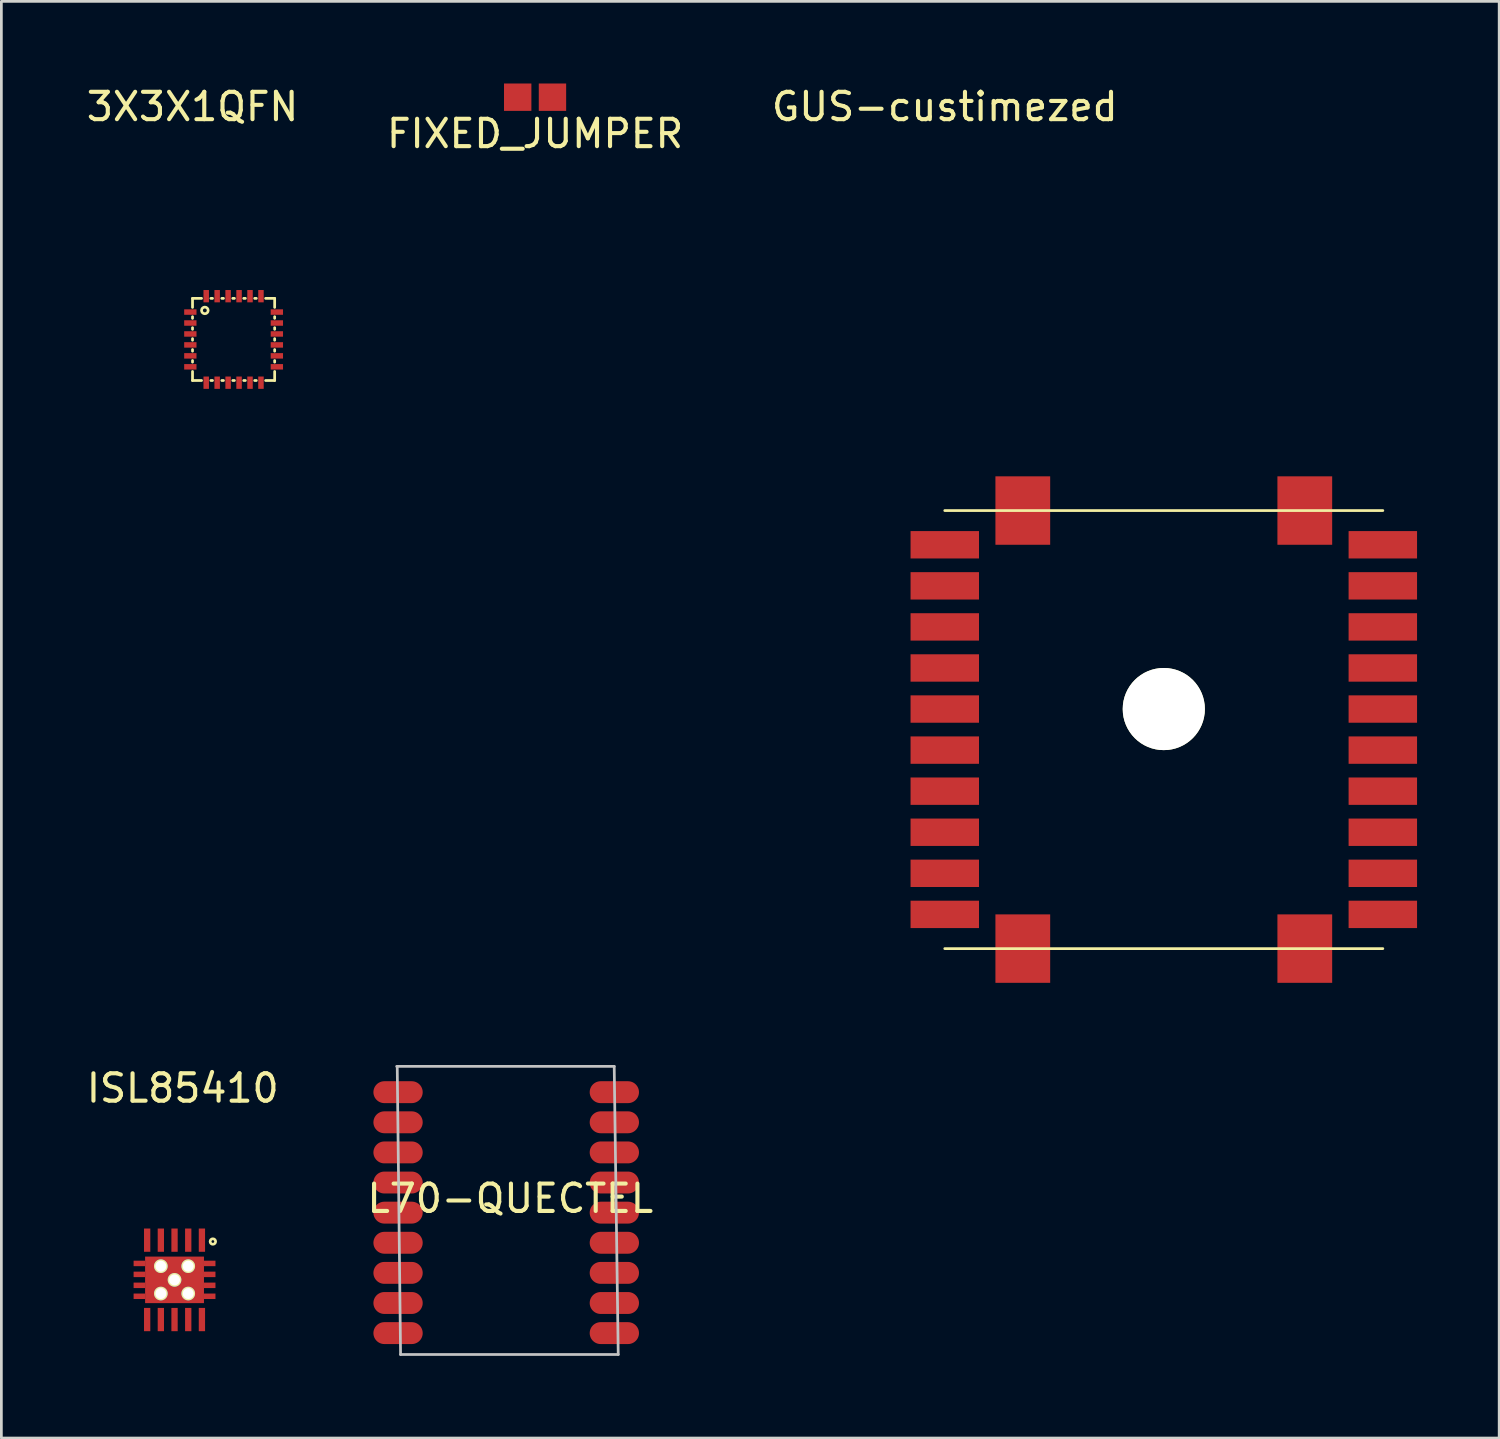
<source format=kicad_pcb>
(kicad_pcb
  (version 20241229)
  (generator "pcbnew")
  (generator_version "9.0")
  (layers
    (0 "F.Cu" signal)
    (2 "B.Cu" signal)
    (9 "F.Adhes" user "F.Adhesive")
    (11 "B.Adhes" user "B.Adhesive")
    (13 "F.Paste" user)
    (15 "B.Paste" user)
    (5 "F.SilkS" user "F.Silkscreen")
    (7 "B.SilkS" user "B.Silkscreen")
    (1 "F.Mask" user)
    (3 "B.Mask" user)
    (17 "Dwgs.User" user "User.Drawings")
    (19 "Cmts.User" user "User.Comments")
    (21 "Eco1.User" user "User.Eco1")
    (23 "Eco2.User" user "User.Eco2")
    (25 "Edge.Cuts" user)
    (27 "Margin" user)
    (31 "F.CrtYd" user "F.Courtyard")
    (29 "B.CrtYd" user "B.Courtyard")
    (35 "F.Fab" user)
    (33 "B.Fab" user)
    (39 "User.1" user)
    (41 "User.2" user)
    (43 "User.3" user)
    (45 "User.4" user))
  (footprint "ISL85410"
    (layer "F.Cu")
    (at 3.325 43.697)
    (property "Reference" "ISL85410" (at 0.3 -7 0) (layer "F.SilkS") (effects (font (size 1 1) (thickness 0.15))))
    (attr through_hole)
    (fp_circle (center 1.4 -1.4) (end 1.5 -1.4) (stroke (width 0.1) (type solid)) (fill no) (layer "F.SilkS"))
    (pad "0" smd rect (at -1.285 -0.6) (size 0.42 0.2) (layers "F.Cu" "F.Mask" "F.Paste"))
    (pad "0" smd rect (at -1.285 -0.2) (size 0.42 0.2) (layers "F.Cu" "F.Mask" "F.Paste"))
    (pad "0" smd rect (at -1.285 0.2) (size 0.42 0.2) (layers "F.Cu" "F.Mask" "F.Paste"))
    (pad "0" smd rect (at -1.285 0.6) (size 0.42 0.2) (layers "F.Cu" "F.Mask" "F.Paste"))
    (pad "0" thru_hole circle (at -0.5 -0.5) (size 0.5 0.5) (drill 0.4) (layers "*.Cu" "*.Mask" "F.SilkS"))
    (pad "0" thru_hole circle (at -0.5 0.5) (size 0.5 0.5) (drill 0.4) (layers "*.Cu" "*.Mask" "F.SilkS"))
    (pad "0" thru_hole circle (at 0 0) (size 0.5 0.5) (drill 0.4) (layers "*.Cu" "*.Mask" "F.SilkS"))
    (pad "0" smd rect (at 0 0) (size 2.15 1.7) (layers "F.Cu" "F.Mask" "F.Paste"))
    (pad "0" thru_hole circle (at 0.5 -0.5) (size 0.5 0.5) (drill 0.4) (layers "*.Cu" "*.Mask" "F.SilkS"))
    (pad "0" thru_hole circle (at 0.5 0.5) (size 0.5 0.5) (drill 0.4) (layers "*.Cu" "*.Mask" "F.SilkS"))
    (pad "0" smd rect (at 1.285 -0.6) (size 0.42 0.2) (layers "F.Cu" "F.Mask" "F.Paste"))
    (pad "0" smd rect (at 1.285 -0.2) (size 0.42 0.2) (layers "F.Cu" "F.Mask" "F.Paste"))
    (pad "0" smd rect (at 1.285 0.2) (size 0.42 0.2) (layers "F.Cu" "F.Mask" "F.Paste"))
    (pad "0" smd rect (at 1.285 0.6) (size 0.42 0.2) (layers "F.Cu" "F.Mask" "F.Paste"))
    (pad "1" smd rect (at 1 -1.45) (size 0.23 0.85) (layers "F.Cu" "F.Mask" "F.Paste"))
    (pad "2" smd rect (at 0.5 -1.45) (size 0.23 0.85) (layers "F.Cu" "F.Mask" "F.Paste"))
    (pad "3" smd rect (at 0 -1.45) (size 0.23 0.85) (layers "F.Cu" "F.Mask" "F.Paste"))
    (pad "4" smd rect (at -0.5 -1.45) (size 0.23 0.85) (layers "F.Cu" "F.Mask" "F.Paste"))
    (pad "5" smd rect (at -1 -1.45) (size 0.23 0.85) (layers "F.Cu" "F.Mask" "F.Paste"))
    (pad "6" smd rect (at -1 1.45) (size 0.23 0.85) (layers "F.Cu" "F.Mask" "F.Paste"))
    (pad "7" smd rect (at -0.5 1.45) (size 0.23 0.85) (layers "F.Cu" "F.Mask" "F.Paste"))
    (pad "8" smd rect (at 0 1.45) (size 0.23 0.85) (layers "F.Cu" "F.Mask" "F.Paste"))
    (pad "9" smd rect (at 0.5 1.45) (size 0.23 0.85) (layers "F.Cu" "F.Mask" "F.Paste"))
    (pad "10" smd rect (at 1 1.45) (size 0.23 0.85) (layers "F.Cu" "F.Mask" "F.Paste")))
  (footprint "L70-QUECTEL"
    (layer "F.Cu")
    (at 19.389 45.642)
    (property "Reference" "L70-QUECTEL" (at -3.8 -4.917 0) (layer "F.SilkS") (effects (font (size 1 1) (thickness 0.15))))
    (attr through_hole)
    (fp_line (start -7.95 -9.743) (end -0.005 -9.743) (stroke (width 0.1) (type solid)) (layer "Dwgs.User"))
    (fp_line (start -7.808 0.782) (end -7.93 -9.723) (stroke (width 0.1) (type solid)) (layer "Dwgs.User"))
    (fp_line (start -0.005 -9.743) (end 0.142 0.782) (stroke (width 0.1) (type solid)) (layer "Dwgs.User"))
    (fp_line (start 0.142 0.782) (end -7.808 0.782) (stroke (width 0.1) (type solid)) (layer "Dwgs.User"))
    (pad "1" smd oval (at 0 0) (size 1.8 0.8) (layers "F.Cu" "F.Mask" "F.Paste"))
    (pad "2" smd oval (at 0 -1.1) (size 1.8 0.8) (layers "F.Cu" "F.Mask" "F.Paste"))
    (pad "3" smd oval (at 0 -2.2) (size 1.8 0.8) (layers "F.Cu" "F.Mask" "F.Paste"))
    (pad "4" smd oval (at 0 -3.3) (size 1.8 0.8) (layers "F.Cu" "F.Mask" "F.Paste"))
    (pad "5" smd oval (at 0 -4.4) (size 1.8 0.8) (layers "F.Cu" "F.Mask" "F.Paste"))
    (pad "6" smd oval (at 0 -5.5) (size 1.8 0.8) (layers "F.Cu" "F.Mask" "F.Paste"))
    (pad "7" smd oval (at 0 -6.6) (size 1.8 0.8) (layers "F.Cu" "F.Mask" "F.Paste"))
    (pad "8" smd oval (at 0 -7.7) (size 1.8 0.8) (layers "F.Cu" "F.Mask" "F.Paste"))
    (pad "9" smd oval (at 0 -8.8) (size 1.8 0.8) (layers "F.Cu" "F.Mask" "F.Paste"))
    (pad "10" smd oval (at -7.9 0) (size 1.8 0.8) (layers "F.Cu" "F.Mask" "F.Paste"))
    (pad "11" smd oval (at -7.9 -1.1) (size 1.8 0.8) (layers "F.Cu" "F.Mask" "F.Paste"))
    (pad "12" smd oval (at -7.9 -2.2) (size 1.8 0.8) (layers "F.Cu" "F.Mask" "F.Paste"))
    (pad "13" smd oval (at -7.9 -3.3) (size 1.8 0.8) (layers "F.Cu" "F.Mask" "F.Paste"))
    (pad "14" smd oval (at -7.9 -4.4) (size 1.8 0.8) (layers "F.Cu" "F.Mask" "F.Paste"))
    (pad "15" smd oval (at -7.9 -5.5) (size 1.8 0.8) (layers "F.Cu" "F.Mask" "F.Paste"))
    (pad "16" smd oval (at -7.9 -6.6) (size 1.8 0.8) (layers "F.Cu" "F.Mask" "F.Paste"))
    (pad "17" smd oval (at -7.9 -7.7) (size 1.8 0.8) (layers "F.Cu" "F.Mask" "F.Paste"))
    (pad "18" smd oval (at -7.9 -8.8) (size 1.8 0.8) (layers "F.Cu" "F.Mask" "F.Paste")))
  (footprint "GUS-custimezed"
    (layer "F.Cu")
    (at 31.458 16.848)
    (property "Reference" "GUS-custimezed" (at 0 -16 0) (layer "F.SilkS") (effects (font (size 1 1) (thickness 0.15))))
    (attr through_hole)
    (fp_line (start 0 -1.25) (end 16 -1.25) (stroke (width 0.1) (type solid)) (layer "F.SilkS"))
    (fp_line (start 0 14.75) (end 16 14.75) (stroke (width 0.1) (type solid)) (layer "F.SilkS"))
    (pad "" smd rect (at 2.85 -1.25) (size 2 2.5) (layers "F.Cu" "F.Mask" "F.Paste"))
    (pad "" smd rect (at 2.85 14.75) (size 2 2.5) (layers "F.Cu" "F.Mask" "F.Paste"))
    (pad "" np_thru_hole circle (at 8 6) (size 3 3) (drill 3) (layers "*.Cu" "*.Mask" "F.SilkS"))
    (pad "" smd rect (at 13.15 -1.25) (size 2 2.5) (layers "F.Cu" "F.Mask" "F.Paste"))
    (pad "" smd rect (at 13.15 14.75) (size 2 2.5) (layers "F.Cu" "F.Mask" "F.Paste"))
    (pad "1" smd rect (at 0 0) (size 2.5 1) (layers "F.Cu" "F.Mask" "F.Paste"))
    (pad "2" smd rect (at 0 1.5) (size 2.5 1) (layers "F.Cu" "F.Mask" "F.Paste"))
    (pad "3" smd rect (at 0 3) (size 2.5 1) (layers "F.Cu" "F.Mask" "F.Paste"))
    (pad "4" smd rect (at 0 4.5) (size 2.5 1) (layers "F.Cu" "F.Mask" "F.Paste"))
    (pad "5" smd rect (at 0 6) (size 2.5 1) (layers "F.Cu" "F.Mask" "F.Paste"))
    (pad "6" smd rect (at 0 7.5) (size 2.5 1) (layers "F.Cu" "F.Mask" "F.Paste"))
    (pad "7" smd rect (at 0 9) (size 2.5 1) (layers "F.Cu" "F.Mask" "F.Paste"))
    (pad "8" smd rect (at 0 10.5) (size 2.5 1) (layers "F.Cu" "F.Mask" "F.Paste"))
    (pad "9" smd rect (at 0 12) (size 2.5 1) (layers "F.Cu" "F.Mask" "F.Paste"))
    (pad "10" smd rect (at 0 13.5) (size 2.5 1) (layers "F.Cu" "F.Mask" "F.Paste"))
    (pad "11" smd rect (at 16 13.5) (size 2.5 1) (layers "F.Cu" "F.Mask" "F.Paste"))
    (pad "12" smd rect (at 16 12) (size 2.5 1) (layers "F.Cu" "F.Mask" "F.Paste"))
    (pad "13" smd rect (at 16 10.5) (size 2.5 1) (layers "F.Cu" "F.Mask" "F.Paste"))
    (pad "14" smd rect (at 16 9) (size 2.5 1) (layers "F.Cu" "F.Mask" "F.Paste"))
    (pad "15" smd rect (at 16 7.5) (size 2.5 1) (layers "F.Cu" "F.Mask" "F.Paste"))
    (pad "16" smd rect (at 16 6) (size 2.5 1) (layers "F.Cu" "F.Mask" "F.Paste"))
    (pad "17" smd rect (at 16 4.5) (size 2.5 1) (layers "F.Cu" "F.Mask" "F.Paste"))
    (pad "18" smd rect (at 16 3) (size 2.5 1) (layers "F.Cu" "F.Mask" "F.Paste"))
    (pad "19" smd rect (at 16 1.5) (size 2.5 1) (layers "F.Cu" "F.Mask" "F.Paste"))
    (pad "20" smd rect (at 16 0) (size 2.5 1) (layers "F.Cu" "F.Mask" "F.Paste")))
  (footprint "FIXED_JUMPER"
    (layer "F.Cu")
    (at 16.494 0.5)
    (property "Reference" "FIXED_JUMPER" (at 0 1.333 0) (layer "F.SilkS") (effects (font (size 1 1) (thickness 0.15))))
    (attr through_hole)
    (pad "1" smd rect (at 0.635 0) (size 1 1) (layers "F.Cu" "F.Mask" "F.Paste"))
    (pad "2" smd rect (at -0.635 0) (size 1 1) (layers "F.Cu" "F.Mask" "F.Paste")))
  (footprint "3X3X1QFN"
    (layer "F.Cu")
    (at 3.982 7.848)
    (property "Reference" "3X3X1QFN" (at 0 -7 0) (layer "F.SilkS") (effects (font (size 1 1) (thickness 0.15))))
    (attr through_hole)
    (fp_line (start 0 0) (end 0 0.33) (stroke (width 0.1) (type solid)) (layer "F.SilkS"))
    (fp_line (start 0 0.67) (end 0 0.73) (stroke (width 0.1) (type solid)) (layer "F.SilkS"))
    (fp_line (start 0 1.07) (end 0 1.13) (stroke (width 0.1) (type solid)) (layer "F.SilkS"))
    (fp_line (start 0 1.47) (end 0 1.53) (stroke (width 0.1) (type solid)) (layer "F.SilkS"))
    (fp_line (start 0 1.87) (end 0 1.93) (stroke (width 0.1) (type solid)) (layer "F.SilkS"))
    (fp_line (start 0 2.27) (end 0 2.33) (stroke (width 0.1) (type solid)) (layer "F.SilkS"))
    (fp_line (start 0 2.67) (end 0 3) (stroke (width 0.1) (type solid)) (layer "F.SilkS"))
    (fp_line (start 0 3) (end 0.33 3) (stroke (width 0.1) (type solid)) (layer "F.SilkS"))
    (fp_line (start 0.33 0) (end 0 0) (stroke (width 0.1) (type solid)) (layer "F.SilkS"))
    (fp_line (start 0.67 3) (end 0.73 3) (stroke (width 0.1) (type solid)) (layer "F.SilkS"))
    (fp_line (start 0.73 0) (end 0.67 0) (stroke (width 0.1) (type solid)) (layer "F.SilkS"))
    (fp_line (start 1.07 3) (end 1.13 3) (stroke (width 0.1) (type solid)) (layer "F.SilkS"))
    (fp_line (start 1.13 0) (end 1.07 0) (stroke (width 0.1) (type solid)) (layer "F.SilkS"))
    (fp_line (start 1.47 3) (end 1.53 3) (stroke (width 0.1) (type solid)) (layer "F.SilkS"))
    (fp_line (start 1.53 0) (end 1.47 0) (stroke (width 0.1) (type solid)) (layer "F.SilkS"))
    (fp_line (start 1.87 3) (end 1.93 3) (stroke (width 0.1) (type solid)) (layer "F.SilkS"))
    (fp_line (start 1.93 0) (end 1.87 0) (stroke (width 0.1) (type solid)) (layer "F.SilkS"))
    (fp_line (start 2.27 3) (end 2.33 3) (stroke (width 0.1) (type solid)) (layer "F.SilkS"))
    (fp_line (start 2.33 0) (end 2.27 0) (stroke (width 0.1) (type solid)) (layer "F.SilkS"))
    (fp_line (start 2.67 3) (end 3 3) (stroke (width 0.1) (type solid)) (layer "F.SilkS"))
    (fp_line (start 3 0) (end 2.67 0) (stroke (width 0.1) (type solid)) (layer "F.SilkS"))
    (fp_line (start 3 0.33) (end 3 0) (stroke (width 0.1) (type solid)) (layer "F.SilkS"))
    (fp_line (start 3 0.73) (end 3 0.67) (stroke (width 0.1) (type solid)) (layer "F.SilkS"))
    (fp_line (start 3 1.13) (end 3 1.07) (stroke (width 0.1) (type solid)) (layer "F.SilkS"))
    (fp_line (start 3 1.53) (end 3 1.47) (stroke (width 0.1) (type solid)) (layer "F.SilkS"))
    (fp_line (start 3 1.93) (end 3 1.87) (stroke (width 0.1) (type solid)) (layer "F.SilkS"))
    (fp_line (start 3 2.33) (end 3 2.27) (stroke (width 0.1) (type solid)) (layer "F.SilkS"))
    (fp_line (start 3 3) (end 3 2.67) (stroke (width 0.1) (type solid)) (layer "F.SilkS"))
    (fp_circle (center 0.45 0.44) (end 0.56 0.49) (stroke (width 0.1) (type solid)) (fill no) (layer "F.SilkS"))
    (pad "1" smd rect (at -0.08 0.5) (size 0.45 0.2) (layers "F.Cu" "F.Mask" "F.Paste"))
    (pad "2" smd rect (at -0.08 0.9) (size 0.45 0.2) (layers "F.Cu" "F.Mask" "F.Paste"))
    (pad "3" smd rect (at -0.08 1.3) (size 0.45 0.2) (layers "F.Cu" "F.Mask" "F.Paste"))
    (pad "4" smd rect (at -0.08 1.7) (size 0.45 0.2) (layers "F.Cu" "F.Mask" "F.Paste"))
    (pad "5" smd rect (at -0.08 2.1) (size 0.45 0.2) (layers "F.Cu" "F.Mask" "F.Paste"))
    (pad "6" smd rect (at -0.08 2.5) (size 0.45 0.2) (layers "F.Cu" "F.Mask" "F.Paste"))
    (pad "7" smd rect (at 0.5 3.08) (size 0.2 0.45) (layers "F.Cu" "F.Mask" "F.Paste"))
    (pad "8" smd rect (at 0.9 3.08) (size 0.2 0.45) (layers "F.Cu" "F.Mask" "F.Paste"))
    (pad "9" smd rect (at 1.3 3.08) (size 0.2 0.45) (layers "F.Cu" "F.Mask" "F.Paste"))
    (pad "10" smd rect (at 1.7 3.08) (size 0.2 0.45) (layers "F.Cu" "F.Mask" "F.Paste"))
    (pad "11" smd rect (at 2.1 3.08) (size 0.2 0.45) (layers "F.Cu" "F.Mask" "F.Paste"))
    (pad "12" smd rect (at 2.5 3.08) (size 0.2 0.45) (layers "F.Cu" "F.Mask" "F.Paste"))
    (pad "13" smd rect (at 3.08 2.5) (size 0.45 0.2) (layers "F.Cu" "F.Mask" "F.Paste"))
    (pad "14" smd rect (at 3.08 2.1) (size 0.45 0.2) (layers "F.Cu" "F.Mask" "F.Paste"))
    (pad "15" smd rect (at 3.08 1.7) (size 0.45 0.2) (layers "F.Cu" "F.Mask" "F.Paste"))
    (pad "16" smd rect (at 3.08 1.3) (size 0.45 0.2) (layers "F.Cu" "F.Mask" "F.Paste"))
    (pad "17" smd rect (at 3.08 0.9) (size 0.45 0.2) (layers "F.Cu" "F.Mask" "F.Paste"))
    (pad "18" smd rect (at 3.08 0.5) (size 0.45 0.2) (layers "F.Cu" "F.Mask" "F.Paste"))
    (pad "19" smd rect (at 2.5 -0.08) (size 0.2 0.45) (layers "F.Cu" "F.Mask" "F.Paste"))
    (pad "20" smd rect (at 2.1 -0.08) (size 0.2 0.45) (layers "F.Cu" "F.Mask" "F.Paste"))
    (pad "21" smd rect (at 1.7 -0.08) (size 0.2 0.45) (layers "F.Cu" "F.Mask" "F.Paste"))
    (pad "22" smd rect (at 1.3 -0.08) (size 0.2 0.45) (layers "F.Cu" "F.Mask" "F.Paste"))
    (pad "23" smd rect (at 0.9 -0.08) (size 0.2 0.45) (layers "F.Cu" "F.Mask" "F.Paste"))
    (pad "24" smd rect (at 0.5 -0.08) (size 0.2 0.45) (layers "F.Cu" "F.Mask" "F.Paste")))
  (gr_rect
    (start -3 -3)
    (end 51.708 49.474)
    (stroke (width 0.1) (type default))
    (fill no)
    (layer "Edge.Cuts")))
</source>
